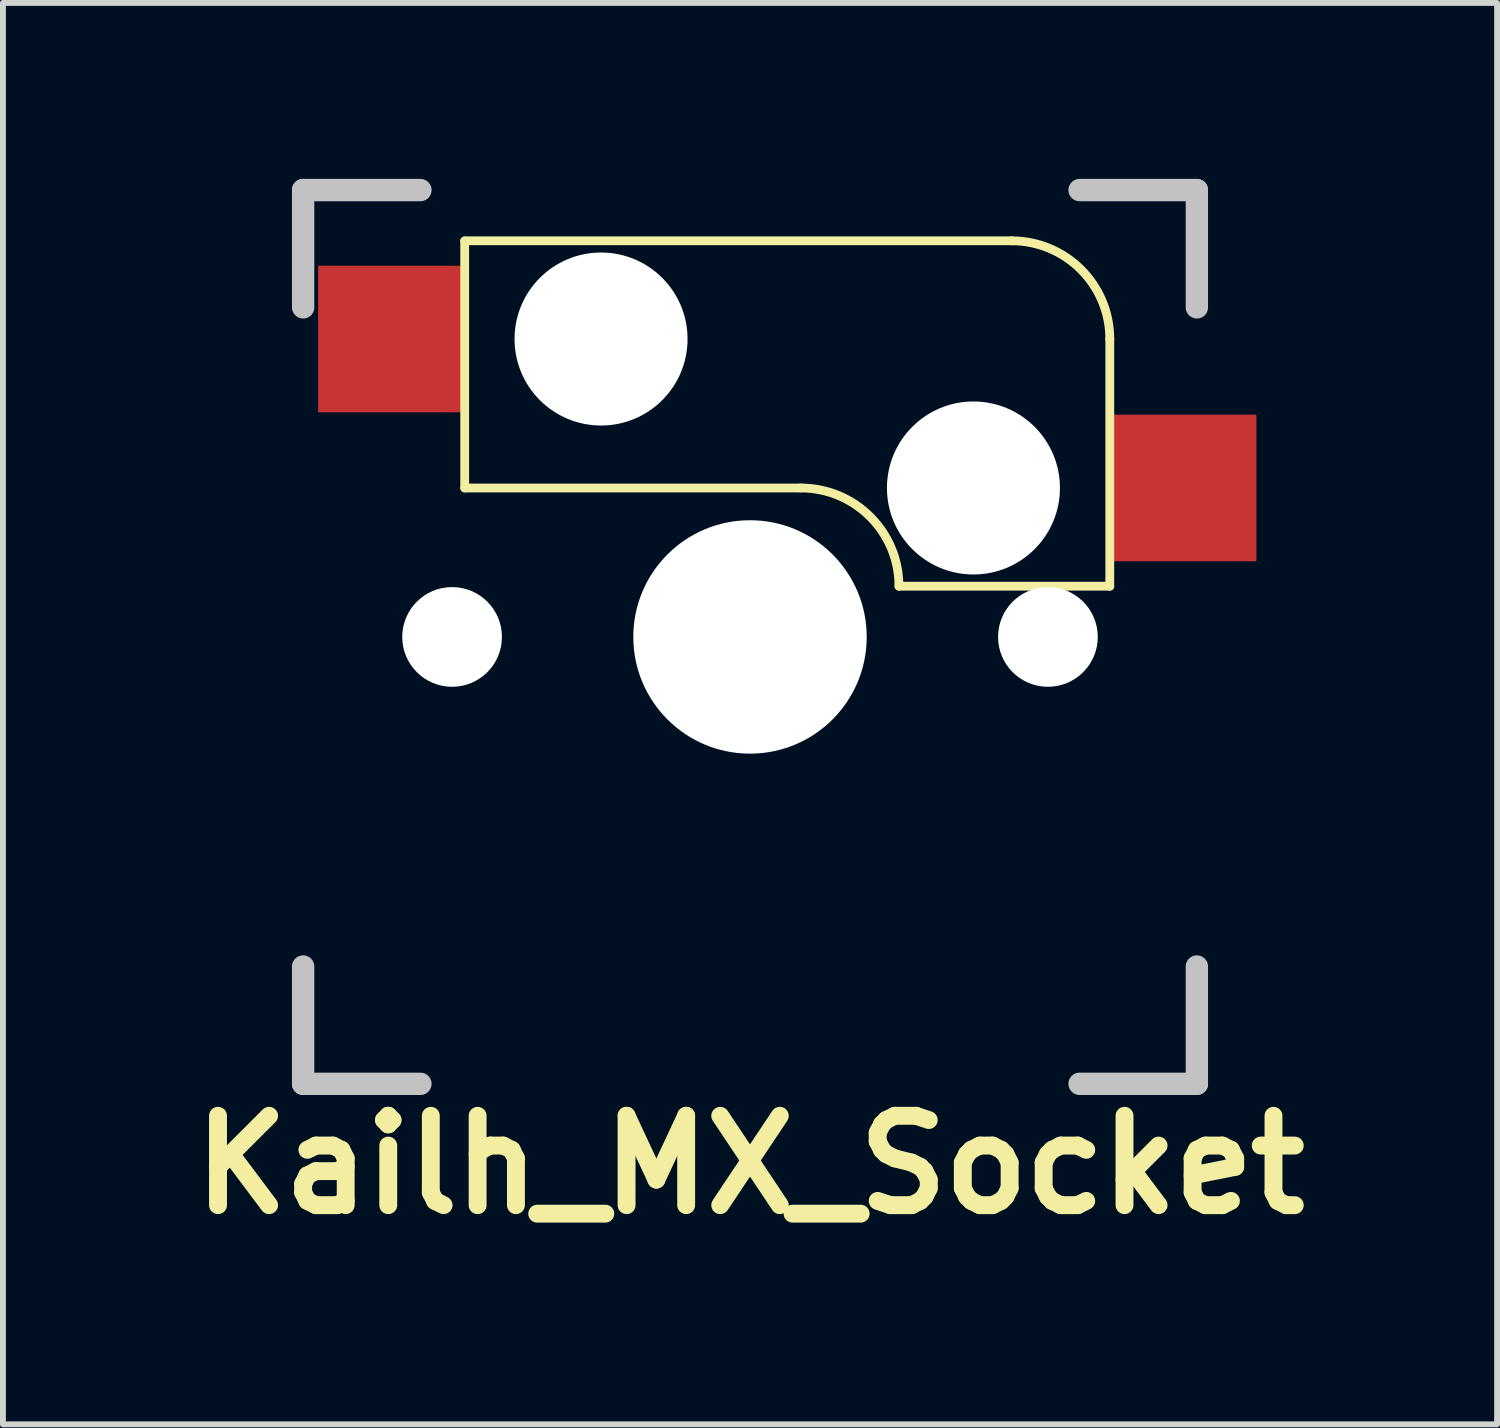
<source format=kicad_pcb>
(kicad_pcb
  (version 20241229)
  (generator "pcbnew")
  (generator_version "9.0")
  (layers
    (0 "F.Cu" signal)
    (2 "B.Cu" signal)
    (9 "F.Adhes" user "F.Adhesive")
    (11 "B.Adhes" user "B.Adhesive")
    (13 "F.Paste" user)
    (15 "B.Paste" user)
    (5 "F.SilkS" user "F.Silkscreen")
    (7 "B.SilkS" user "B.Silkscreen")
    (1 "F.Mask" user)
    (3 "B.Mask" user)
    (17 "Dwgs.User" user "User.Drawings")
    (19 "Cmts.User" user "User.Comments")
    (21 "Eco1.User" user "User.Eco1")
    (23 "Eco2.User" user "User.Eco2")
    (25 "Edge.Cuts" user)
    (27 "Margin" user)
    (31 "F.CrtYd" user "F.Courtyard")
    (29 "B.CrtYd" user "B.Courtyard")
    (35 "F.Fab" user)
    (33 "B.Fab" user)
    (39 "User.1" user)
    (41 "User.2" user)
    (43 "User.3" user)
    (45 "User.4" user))
  (footprint "Kailh_MX_Socket"
    (layer "F.Cu")
    (at 9.739 7.811)
    (property "Reference" "Kailh_MX_Socket" (at 0 9 0) (layer "F.SilkS") (effects (font (size 1.524 1.524) (thickness 0.305))))
    (attr through_hole)
    (fp_line (start -4.865 -6.75) (end -4.865 -2.54) (stroke (width 0.15) (type solid)) (layer "F.SilkS"))
    (fp_line (start 0.865 -2.54) (end -4.865 -2.54) (stroke (width 0.15) (type solid)) (layer "F.SilkS"))
    (fp_line (start 4.46 -6.755) (end -4.865 -6.755) (stroke (width 0.15) (type solid)) (layer "F.SilkS"))
    (fp_line (start 6.135 -5.08) (end 6.135 -0.865) (stroke (width 0.15) (type solid)) (layer "F.SilkS"))
    (fp_line (start 6.135 -0.865) (end 2.54 -0.865) (stroke (width 0.15) (type solid)) (layer "F.SilkS"))
    (fp_arc (start 0.865 -2.54) (mid 2.049404 -2.049404) (end 2.54 -0.865) (stroke (width 0.15) (type solid)) (layer "F.SilkS"))
    (fp_arc (start 4.46 -6.755) (mid 5.644404 -6.264404) (end 6.135 -5.08) (stroke (width 0.15) (type solid)) (layer "F.SilkS"))
    (fp_line (start -7.62 -7.62) (end -5.62 -7.62) (stroke (width 0.381) (type solid)) (layer "Dwgs.User"))
    (fp_line (start -7.62 -5.62) (end -7.62 -7.62) (stroke (width 0.381) (type solid)) (layer "Dwgs.User"))
    (fp_line (start -7.62 5.62) (end -7.62 7.62) (stroke (width 0.381) (type solid)) (layer "Dwgs.User"))
    (fp_line (start -7.62 7.62) (end -5.62 7.62) (stroke (width 0.381) (type solid)) (layer "Dwgs.User"))
    (fp_line (start 5.62 -7.62) (end 7.62 -7.62) (stroke (width 0.381) (type solid)) (layer "Dwgs.User"))
    (fp_line (start 5.62 7.62) (end 7.62 7.62) (stroke (width 0.381) (type solid)) (layer "Dwgs.User"))
    (fp_line (start 7.62 -7.62) (end 7.62 -5.62) (stroke (width 0.381) (type solid)) (layer "Dwgs.User"))
    (fp_line (start 7.62 5.62) (end 7.62 7.62) (stroke (width 0.381) (type solid)) (layer "Dwgs.User"))
    (pad "" np_thru_hole circle (at -5.08 0) (size 1.7 1.7) (drill 1.7) (layers "*.Cu" "*.Mask"))
    (pad "" np_thru_hole circle (at -2.54 -5.08) (size 2.95 2.95) (drill 2.95) (layers "*.Cu" "*.Mask"))
    (pad "" np_thru_hole circle (at 0 0) (size 3.98 3.98) (drill 3.98) (layers "*.Cu" "*.Mask"))
    (pad "" np_thru_hole circle (at 3.81 -2.54) (size 2.95 2.95) (drill 2.95) (layers "*.Cu" "*.Mask"))
    (pad "" np_thru_hole circle (at 5.08 0) (size 1.7 1.7) (drill 1.7) (layers "*.Cu" "*.Mask"))
    (pad "1" smd rect (at 7.36 -2.54) (size 2.55 2.5) (layers "F.Cu" "F.Mask" "F.Paste"))
    (pad "2" smd rect (at -6.09 -5.08) (size 2.55 2.5) (layers "F.Cu" "F.Mask" "F.Paste")))
  (gr_rect
    (start -3 -3)
    (end 22.478 21.237)
    (stroke (width 0.1) (type default))
    (fill no)
    (layer "Edge.Cuts")))
</source>
